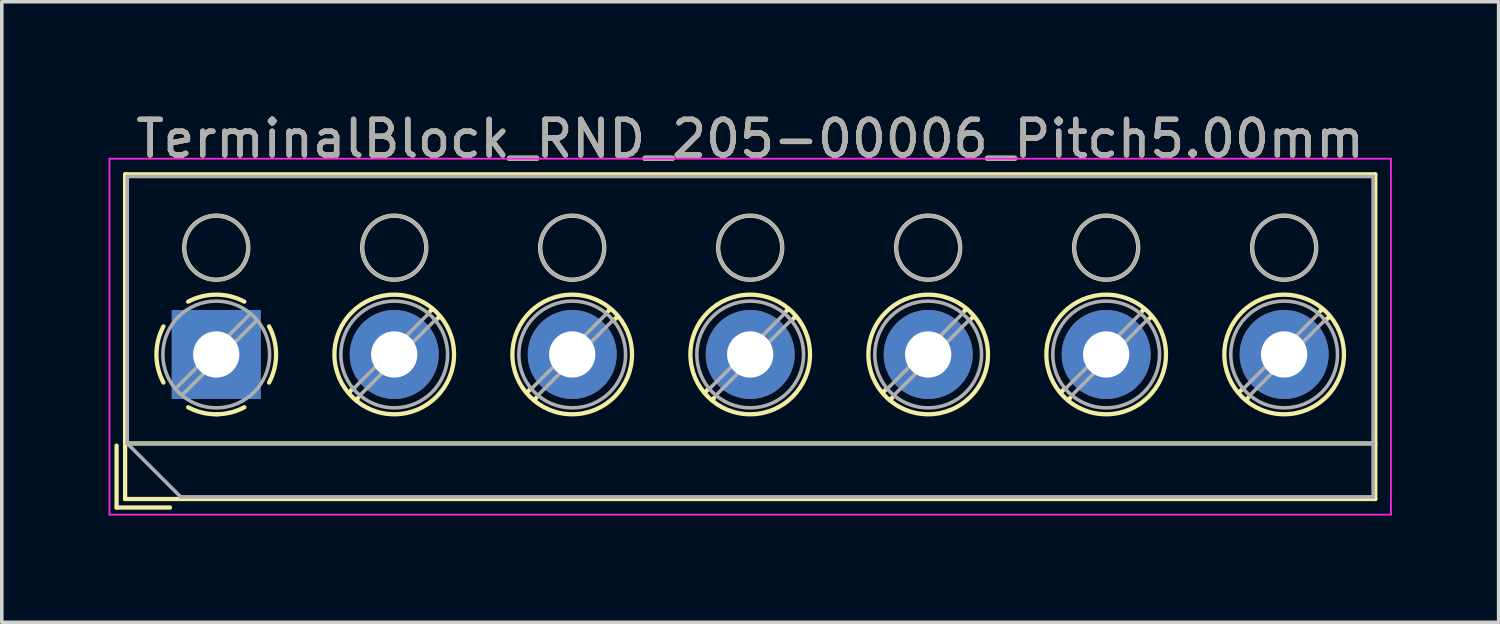
<source format=kicad_pcb>
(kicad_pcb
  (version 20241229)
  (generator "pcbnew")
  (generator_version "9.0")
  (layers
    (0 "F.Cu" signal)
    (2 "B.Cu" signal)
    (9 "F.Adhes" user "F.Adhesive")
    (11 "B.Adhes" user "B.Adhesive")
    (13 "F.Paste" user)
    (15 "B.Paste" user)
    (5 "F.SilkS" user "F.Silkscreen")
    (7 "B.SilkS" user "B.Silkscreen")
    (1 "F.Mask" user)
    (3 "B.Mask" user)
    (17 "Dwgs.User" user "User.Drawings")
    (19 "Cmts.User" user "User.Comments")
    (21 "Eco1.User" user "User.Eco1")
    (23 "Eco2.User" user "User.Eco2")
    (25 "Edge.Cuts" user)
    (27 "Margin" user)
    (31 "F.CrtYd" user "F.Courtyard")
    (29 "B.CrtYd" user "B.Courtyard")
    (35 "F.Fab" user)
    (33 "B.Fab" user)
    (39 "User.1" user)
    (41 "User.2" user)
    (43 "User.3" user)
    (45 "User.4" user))
  (footprint "TerminalBlock_RND_205-00006_Pitch5.00mm"
    (layer "F.Cu")
    (at 3.025 6.908)
    (property "Reference" "TerminalBlock_RND_205-00006_Pitch5.00mm" (at 15 -6.06 0) (layer "F.SilkS") (effects (font (size 1 1) (thickness 0.15))))
    (attr through_hole)
    (fp_line (start -2.8 2.56) (end -2.8 4.3) (stroke (width 0.12) (type solid)) (layer "F.SilkS"))
    (fp_line (start -2.8 4.3) (end -1.3 4.3) (stroke (width 0.12) (type solid)) (layer "F.SilkS"))
    (fp_line (start -2.56 -5.06) (end -2.56 4.06) (stroke (width 0.12) (type solid)) (layer "F.SilkS"))
    (fp_line (start -2.56 2.5) (end 32.56 2.5) (stroke (width 0.12) (type solid)) (layer "F.SilkS"))
    (fp_line (start -2.56 4.06) (end 32.56 4.06) (stroke (width 0.12) (type solid)) (layer "F.SilkS"))
    (fp_line (start 3.82 0.976) (end 3.726 1.069) (stroke (width 0.12) (type solid)) (layer "F.SilkS"))
    (fp_line (start 3.99 1.216) (end 3.931 1.274) (stroke (width 0.12) (type solid)) (layer "F.SilkS"))
    (fp_line (start 6.07 -1.275) (end 6.011 -1.216) (stroke (width 0.12) (type solid)) (layer "F.SilkS"))
    (fp_line (start 6.275 -1.069) (end 6.181 -0.976) (stroke (width 0.12) (type solid)) (layer "F.SilkS"))
    (fp_line (start 8.82 0.976) (end 8.726 1.069) (stroke (width 0.12) (type solid)) (layer "F.SilkS"))
    (fp_line (start 8.99 1.216) (end 8.931 1.274) (stroke (width 0.12) (type solid)) (layer "F.SilkS"))
    (fp_line (start 11.07 -1.275) (end 11.011 -1.216) (stroke (width 0.12) (type solid)) (layer "F.SilkS"))
    (fp_line (start 11.275 -1.069) (end 11.181 -0.976) (stroke (width 0.12) (type solid)) (layer "F.SilkS"))
    (fp_line (start 13.82 0.976) (end 13.726 1.069) (stroke (width 0.12) (type solid)) (layer "F.SilkS"))
    (fp_line (start 13.99 1.216) (end 13.931 1.274) (stroke (width 0.12) (type solid)) (layer "F.SilkS"))
    (fp_line (start 16.07 -1.275) (end 16.011 -1.216) (stroke (width 0.12) (type solid)) (layer "F.SilkS"))
    (fp_line (start 16.275 -1.069) (end 16.181 -0.976) (stroke (width 0.12) (type solid)) (layer "F.SilkS"))
    (fp_line (start 18.82 0.976) (end 18.726 1.069) (stroke (width 0.12) (type solid)) (layer "F.SilkS"))
    (fp_line (start 18.99 1.216) (end 18.931 1.274) (stroke (width 0.12) (type solid)) (layer "F.SilkS"))
    (fp_line (start 21.07 -1.275) (end 21.011 -1.216) (stroke (width 0.12) (type solid)) (layer "F.SilkS"))
    (fp_line (start 21.275 -1.069) (end 21.181 -0.976) (stroke (width 0.12) (type solid)) (layer "F.SilkS"))
    (fp_line (start 23.82 0.976) (end 23.726 1.069) (stroke (width 0.12) (type solid)) (layer "F.SilkS"))
    (fp_line (start 23.99 1.216) (end 23.931 1.274) (stroke (width 0.12) (type solid)) (layer "F.SilkS"))
    (fp_line (start 26.07 -1.275) (end 26.011 -1.216) (stroke (width 0.12) (type solid)) (layer "F.SilkS"))
    (fp_line (start 26.275 -1.069) (end 26.181 -0.976) (stroke (width 0.12) (type solid)) (layer "F.SilkS"))
    (fp_line (start 28.82 0.976) (end 28.726 1.069) (stroke (width 0.12) (type solid)) (layer "F.SilkS"))
    (fp_line (start 28.99 1.216) (end 28.931 1.274) (stroke (width 0.12) (type solid)) (layer "F.SilkS"))
    (fp_line (start 31.07 -1.275) (end 31.011 -1.216) (stroke (width 0.12) (type solid)) (layer "F.SilkS"))
    (fp_line (start 31.275 -1.069) (end 31.181 -0.976) (stroke (width 0.12) (type solid)) (layer "F.SilkS"))
    (fp_line (start 32.56 -5.06) (end -2.56 -5.06) (stroke (width 0.12) (type solid)) (layer "F.SilkS"))
    (fp_line (start 32.56 4.06) (end 32.56 -5.06) (stroke (width 0.12) (type solid)) (layer "F.SilkS"))
    (fp_arc (start -1.483953 0.789089) (mid -1.680708 0.00005) (end -1.484 -0.789) (stroke (width 0.12) (type solid)) (layer "F.SilkS"))
    (fp_arc (start -0.789089 -1.483953) (mid -0.00005 -1.680708) (end 0.789 -1.484) (stroke (width 0.12) (type solid)) (layer "F.SilkS"))
    (fp_arc (start 0.029383 1.68045) (mid -0.392304 1.634281) (end -0.789 1.484) (stroke (width 0.12) (type solid)) (layer "F.SilkS"))
    (fp_arc (start 0.788712 1.483352) (mid 0.406429 1.630097) (end 0 1.68) (stroke (width 0.12) (type solid)) (layer "F.SilkS"))
    (fp_arc (start 1.483953 -0.789089) (mid 1.680708 -0.00005) (end 1.484 0.789) (stroke (width 0.12) (type solid)) (layer "F.SilkS"))
    (fp_circle (center 0 -3) (end 0.9 -3) (stroke (width 0.12) (type solid)) (fill no) (layer "F.SilkS"))
    (fp_circle (center 5 -3) (end 5.9 -3) (stroke (width 0.12) (type solid)) (fill no) (layer "F.SilkS"))
    (fp_circle (center 5 0) (end 6.68 0) (stroke (width 0.12) (type solid)) (fill no) (layer "F.SilkS"))
    (fp_circle (center 10 -3) (end 10.9 -3) (stroke (width 0.12) (type solid)) (fill no) (layer "F.SilkS"))
    (fp_circle (center 10 0) (end 11.68 0) (stroke (width 0.12) (type solid)) (fill no) (layer "F.SilkS"))
    (fp_circle (center 15 -3) (end 15.9 -3) (stroke (width 0.12) (type solid)) (fill no) (layer "F.SilkS"))
    (fp_circle (center 15 0) (end 16.68 0) (stroke (width 0.12) (type solid)) (fill no) (layer "F.SilkS"))
    (fp_circle (center 20 -3) (end 20.9 -3) (stroke (width 0.12) (type solid)) (fill no) (layer "F.SilkS"))
    (fp_circle (center 20 0) (end 21.68 0) (stroke (width 0.12) (type solid)) (fill no) (layer "F.SilkS"))
    (fp_circle (center 25 -3) (end 25.9 -3) (stroke (width 0.12) (type solid)) (fill no) (layer "F.SilkS"))
    (fp_circle (center 25 0) (end 26.68 0) (stroke (width 0.12) (type solid)) (fill no) (layer "F.SilkS"))
    (fp_circle (center 30 -3) (end 30.9 -3) (stroke (width 0.12) (type solid)) (fill no) (layer "F.SilkS"))
    (fp_circle (center 30 0) (end 31.68 0) (stroke (width 0.12) (type solid)) (fill no) (layer "F.SilkS"))
    (fp_line (start -3 -5.5) (end -3 4.5) (stroke (width 0.05) (type solid)) (layer "F.CrtYd"))
    (fp_line (start -3 4.5) (end 33 4.5) (stroke (width 0.05) (type solid)) (layer "F.CrtYd"))
    (fp_line (start 33 -5.5) (end -3 -5.5) (stroke (width 0.05) (type solid)) (layer "F.CrtYd"))
    (fp_line (start 33 4.5) (end 33 -5.5) (stroke (width 0.05) (type solid)) (layer "F.CrtYd"))
    (fp_line (start -2.5 -5) (end 32.5 -5) (stroke (width 0.1) (type solid)) (layer "F.Fab"))
    (fp_line (start -2.5 2.5) (end -2.5 -5) (stroke (width 0.1) (type solid)) (layer "F.Fab"))
    (fp_line (start -2.5 2.5) (end 32.5 2.5) (stroke (width 0.1) (type solid)) (layer "F.Fab"))
    (fp_line (start -1 4) (end -2.5 2.5) (stroke (width 0.1) (type solid)) (layer "F.Fab"))
    (fp_line (start 0.955 -1.138) (end -1.138 0.955) (stroke (width 0.1) (type solid)) (layer "F.Fab"))
    (fp_line (start 1.138 -0.955) (end -0.955 1.138) (stroke (width 0.1) (type solid)) (layer "F.Fab"))
    (fp_line (start 5.955 -1.138) (end 3.863 0.955) (stroke (width 0.1) (type solid)) (layer "F.Fab"))
    (fp_line (start 6.138 -0.955) (end 4.046 1.138) (stroke (width 0.1) (type solid)) (layer "F.Fab"))
    (fp_line (start 10.955 -1.138) (end 8.863 0.955) (stroke (width 0.1) (type solid)) (layer "F.Fab"))
    (fp_line (start 11.138 -0.955) (end 9.046 1.138) (stroke (width 0.1) (type solid)) (layer "F.Fab"))
    (fp_line (start 15.955 -1.138) (end 13.863 0.955) (stroke (width 0.1) (type solid)) (layer "F.Fab"))
    (fp_line (start 16.138 -0.955) (end 14.046 1.138) (stroke (width 0.1) (type solid)) (layer "F.Fab"))
    (fp_line (start 20.955 -1.138) (end 18.863 0.955) (stroke (width 0.1) (type solid)) (layer "F.Fab"))
    (fp_line (start 21.138 -0.955) (end 19.046 1.138) (stroke (width 0.1) (type solid)) (layer "F.Fab"))
    (fp_line (start 25.955 -1.138) (end 23.863 0.955) (stroke (width 0.1) (type solid)) (layer "F.Fab"))
    (fp_line (start 26.138 -0.955) (end 24.046 1.138) (stroke (width 0.1) (type solid)) (layer "F.Fab"))
    (fp_line (start 30.955 -1.138) (end 28.863 0.955) (stroke (width 0.1) (type solid)) (layer "F.Fab"))
    (fp_line (start 31.138 -0.955) (end 29.046 1.138) (stroke (width 0.1) (type solid)) (layer "F.Fab"))
    (fp_line (start 32.5 -5) (end 32.5 4) (stroke (width 0.1) (type solid)) (layer "F.Fab"))
    (fp_line (start 32.5 4) (end -1 4) (stroke (width 0.1) (type solid)) (layer "F.Fab"))
    (fp_circle (center 0 -3) (end 0.9 -3) (stroke (width 0.1) (type solid)) (fill no) (layer "F.Fab"))
    (fp_circle (center 0 0) (end 1.5 0) (stroke (width 0.1) (type solid)) (fill no) (layer "F.Fab"))
    (fp_circle (center 5 -3) (end 5.9 -3) (stroke (width 0.1) (type solid)) (fill no) (layer "F.Fab"))
    (fp_circle (center 5 0) (end 6.5 0) (stroke (width 0.1) (type solid)) (fill no) (layer "F.Fab"))
    (fp_circle (center 10 -3) (end 10.9 -3) (stroke (width 0.1) (type solid)) (fill no) (layer "F.Fab"))
    (fp_circle (center 10 0) (end 11.5 0) (stroke (width 0.1) (type solid)) (fill no) (layer "F.Fab"))
    (fp_circle (center 15 -3) (end 15.9 -3) (stroke (width 0.1) (type solid)) (fill no) (layer "F.Fab"))
    (fp_circle (center 15 0) (end 16.5 0) (stroke (width 0.1) (type solid)) (fill no) (layer "F.Fab"))
    (fp_circle (center 20 -3) (end 20.9 -3) (stroke (width 0.1) (type solid)) (fill no) (layer "F.Fab"))
    (fp_circle (center 20 0) (end 21.5 0) (stroke (width 0.1) (type solid)) (fill no) (layer "F.Fab"))
    (fp_circle (center 25 -3) (end 25.9 -3) (stroke (width 0.1) (type solid)) (fill no) (layer "F.Fab"))
    (fp_circle (center 25 0) (end 26.5 0) (stroke (width 0.1) (type solid)) (fill no) (layer "F.Fab"))
    (fp_circle (center 30 -3) (end 30.9 -3) (stroke (width 0.1) (type solid)) (fill no) (layer "F.Fab"))
    (fp_circle (center 30 0) (end 31.5 0) (stroke (width 0.1) (type solid)) (fill no) (layer "F.Fab"))
    (fp_text user "${REFERENCE}" (at 15 -6.06 0) (layer "F.Fab") (effects (font (size 1 1) (thickness 0.15))))
    (pad "1" thru_hole rect (at 0 0) (size 2.5 2.5) (drill 1.3) (layers "*.Cu" "*.Mask"))
    (pad "2" thru_hole circle (at 5 0) (size 2.5 2.5) (drill 1.3) (layers "*.Cu" "*.Mask"))
    (pad "3" thru_hole circle (at 10 0) (size 2.5 2.5) (drill 1.3) (layers "*.Cu" "*.Mask"))
    (pad "4" thru_hole circle (at 15 0) (size 2.5 2.5) (drill 1.3) (layers "*.Cu" "*.Mask"))
    (pad "5" thru_hole circle (at 20 0) (size 2.5 2.5) (drill 1.3) (layers "*.Cu" "*.Mask"))
    (pad "6" thru_hole circle (at 25 0) (size 2.5 2.5) (drill 1.3) (layers "*.Cu" "*.Mask"))
    (pad "7" thru_hole circle (at 30 0) (size 2.5 2.5) (drill 1.3) (layers "*.Cu" "*.Mask")))
  (gr_rect
    (start -3 -3)
    (end 39.05 14.433)
    (stroke (width 0.1) (type default))
    (fill no)
    (layer "Edge.Cuts")))
</source>
